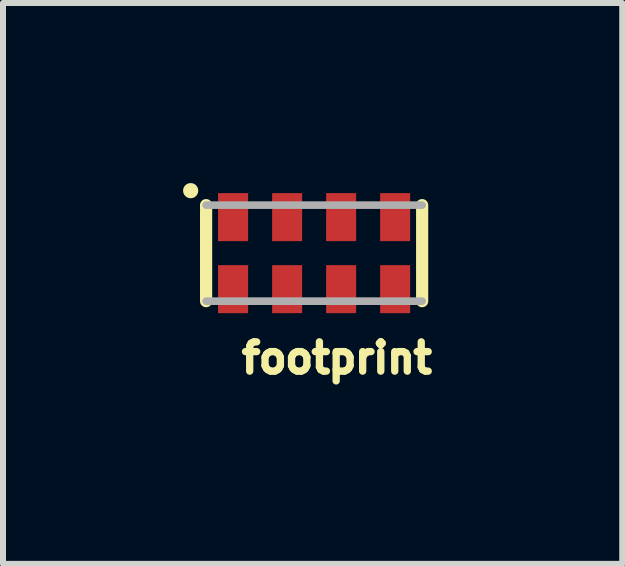
<source format=kicad_pcb>
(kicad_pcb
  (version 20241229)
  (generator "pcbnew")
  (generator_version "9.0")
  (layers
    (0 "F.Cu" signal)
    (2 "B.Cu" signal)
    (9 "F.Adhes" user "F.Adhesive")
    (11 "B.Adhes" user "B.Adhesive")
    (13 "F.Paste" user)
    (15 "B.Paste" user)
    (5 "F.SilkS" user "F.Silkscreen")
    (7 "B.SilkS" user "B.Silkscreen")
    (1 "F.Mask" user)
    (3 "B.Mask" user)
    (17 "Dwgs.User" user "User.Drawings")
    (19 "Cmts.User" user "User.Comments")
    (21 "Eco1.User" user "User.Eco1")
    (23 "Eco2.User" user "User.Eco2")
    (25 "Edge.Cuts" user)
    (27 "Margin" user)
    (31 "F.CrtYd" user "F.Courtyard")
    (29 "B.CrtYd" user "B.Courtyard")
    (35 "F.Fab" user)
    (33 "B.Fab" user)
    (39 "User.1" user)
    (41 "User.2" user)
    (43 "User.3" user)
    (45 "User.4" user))
  (footprint "footprint"
    (layer "F.Cu")
    (at 2.184 1.168)
    (property "Reference" "footprint" (at -1.27 2.032 0) (layer "F.SilkS") (effects (font (size 0.488 0.488) (thickness 0.122)) (justify left bottom)))
    (fp_line (start -1.8 -0.8) (end -1.8 0.8) (stroke (width 0.203) (type solid)) (layer "F.SilkS"))
    (fp_line (start 1.8 0.8) (end 1.8 -0.8) (stroke (width 0.203) (type solid)) (layer "F.SilkS"))
    (fp_circle (center -2.057 -1.041) (end -1.994 -1.041) (stroke (width 0.127) (type solid)) (fill yes) (layer "F.SilkS"))
    (fp_line (start 1.8 -0.8) (end -1.8 -0.8) (stroke (width 0.127) (type solid)) (layer "F.Fab"))
    (fp_line (start 1.8 0.8) (end -1.8 0.8) (stroke (width 0.127) (type solid)) (layer "F.Fab"))
    (pad "1" smd rect (at -1.35 0.6) (size 0.5 0.8) (layers "F.Cu" "F.Mask" "F.Paste"))
    (pad "2" smd rect (at -0.45 0.6) (size 0.5 0.8) (layers "F.Cu" "F.Mask" "F.Paste"))
    (pad "3" smd rect (at 0.45 0.6) (size 0.5 0.8) (layers "F.Cu" "F.Mask" "F.Paste"))
    (pad "4" smd rect (at 1.35 0.6) (size 0.5 0.8) (layers "F.Cu" "F.Mask" "F.Paste"))
    (pad "5" smd rect (at 1.35 -0.6) (size 0.5 0.8) (layers "F.Cu" "F.Mask" "F.Paste"))
    (pad "6" smd rect (at 0.45 -0.6) (size 0.5 0.8) (layers "F.Cu" "F.Mask" "F.Paste"))
    (pad "7" smd rect (at -0.45 -0.6) (size 0.5 0.8) (layers "F.Cu" "F.Mask" "F.Paste"))
    (pad "8" smd rect (at -1.35 -0.6) (size 0.5 0.8) (layers "F.Cu" "F.Mask" "F.Paste")))
  (gr_rect
    (start -3 -3)
    (end 7.318 6.345)
    (stroke (width 0.1) (type default))
    (fill no)
    (layer "Edge.Cuts")))
</source>
